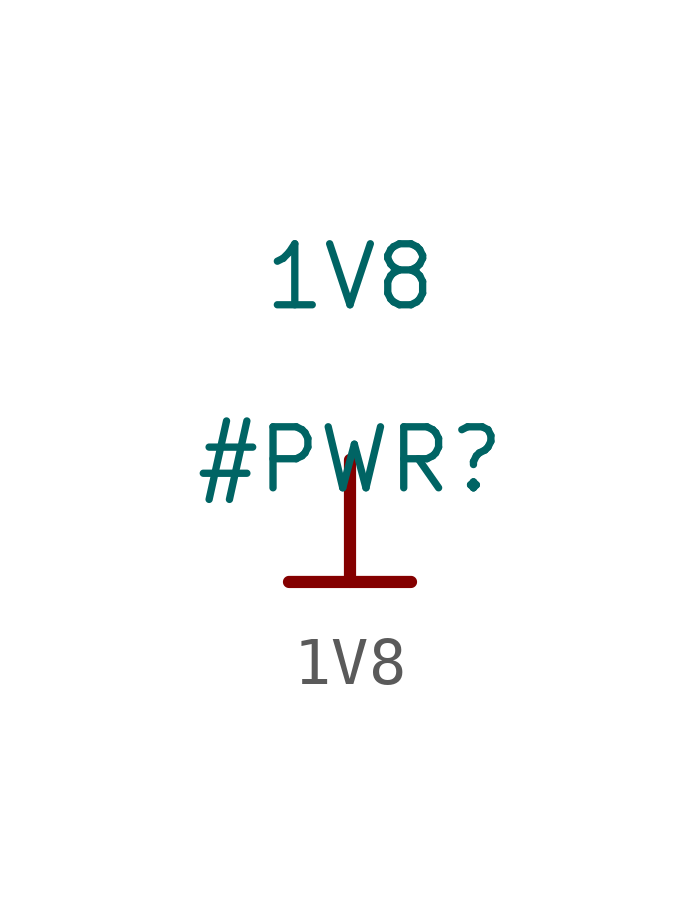
<source format=kicad_sym>
(kicad_symbol_lib
  (version 20220914)
  (generator kicad_symbol_editor)
  (symbol "1V8"
    (power)
    (property "Reference" "#PWR"
      (at 0 0 0)
      (effects (font (size 1.27 1.27))))
    (property "Value" "1V8"
      (at 0 3.81 0)
      (effects (font (size 1.27 1.27))))
    (symbol "1V8_0_0"
      (polyline (pts (xy -1.27 -2.54) (xy 1.27 -2.54)) (stroke (width 0.254) (type solid)) (fill (type none)))
      (polyline (pts (xy 0 0) (xy 0 -2.54)) (stroke (width 0.254) (type solid)) (fill (type none)))
      (pin power_in line (at 0 0 0) (length 0) hide (name "1V8" (effects (font (size 1.27 1.27)))) (number "" (effects (font (size 1.27 1.27))))))))
</source>
